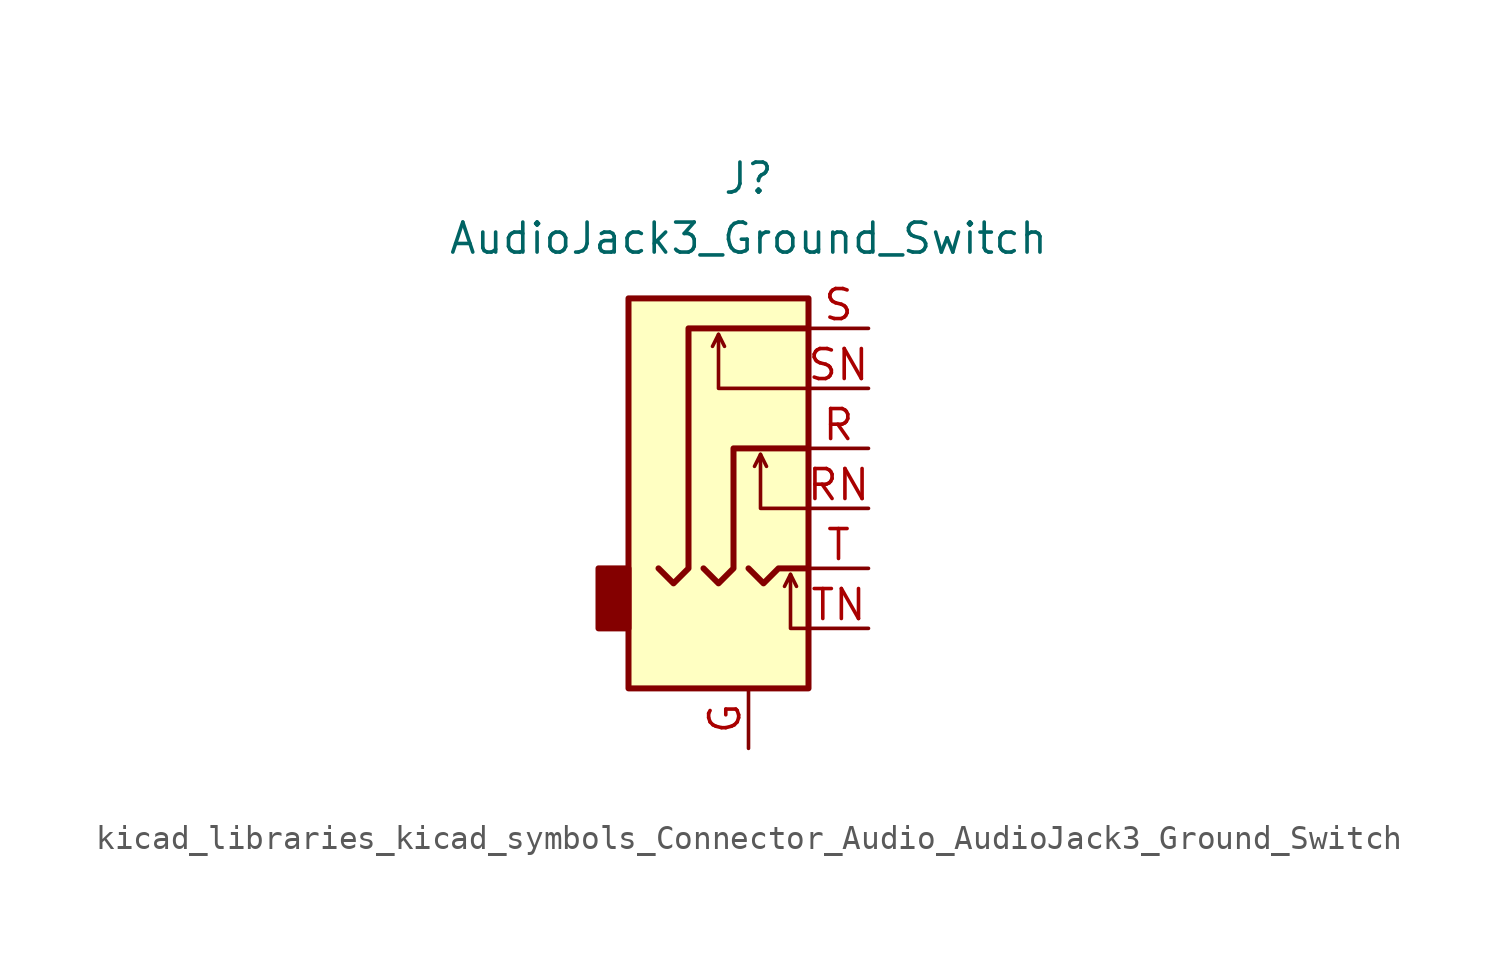
<source format=kicad_sym>
(kicad_symbol_lib
  (version 20220914)
  (generator kicad_symbol_editor)
  (symbol "kicad_libraries_kicad_symbols_Connector_Audio_AudioJack3_Ground_Switch"
    (property "Reference" "J"
      (at 0 11.43 0)
      (effects (font (size 1.27 1.27))))
    (property "Value" "AudioJack3_Ground_Switch"
      (at 0 8.89 0)
      (effects (font (size 1.27 1.27))))
    (symbol "kicad_libraries_kicad_symbols_Connector_Audio_AudioJack3_Ground_Switch_0_1"
      (rectangle (start -5.08 -5.08) (end -6.35 -7.62) (stroke (width 0.254) (type default)) (fill (type outline)))
      (rectangle (start 2.54 6.35) (end -5.08 -10.16) (stroke (width 0.254) (type default)) (fill (type background))))
    (symbol "kicad_libraries_kicad_symbols_Connector_Audio_AudioJack3_Ground_Switch_1_1"
      (polyline (pts (xy -1.27 4.826) (xy -1.016 4.318)) (stroke (width 0) (type default)) (fill (type none)))
      (polyline (pts (xy 0.508 -0.254) (xy 0.762 -0.762)) (stroke (width 0) (type default)) (fill (type none)))
      (polyline (pts (xy 1.778 -5.334) (xy 2.032 -5.842)) (stroke (width 0) (type default)) (fill (type none)))
      (polyline (pts (xy 0 -5.08) (xy 0.635 -5.715) (xy 1.27 -5.08) (xy 2.54 -5.08)) (stroke (width 0.254) (type default)) (fill (type none)))
      (polyline (pts (xy 2.54 -7.62) (xy 1.778 -7.62) (xy 1.778 -5.334) (xy 1.524 -5.842)) (stroke (width 0) (type default)) (fill (type none)))
      (polyline (pts (xy 2.54 -2.54) (xy 0.508 -2.54) (xy 0.508 -0.254) (xy 0.254 -0.762)) (stroke (width 0) (type default)) (fill (type none)))
      (polyline (pts (xy 2.54 2.54) (xy -1.27 2.54) (xy -1.27 4.826) (xy -1.524 4.318)) (stroke (width 0) (type default)) (fill (type none)))
      (polyline (pts (xy -1.905 -5.08) (xy -1.27 -5.715) (xy -0.635 -5.08) (xy -0.635 0) (xy 2.54 0)) (stroke (width 0.254) (type default)) (fill (type none)))
      (polyline (pts (xy 2.54 5.08) (xy -2.54 5.08) (xy -2.54 -5.08) (xy -3.175 -5.715) (xy -3.81 -5.08)) (stroke (width 0.254) (type default)) (fill (type none)))
      (pin passive line (at 0 -12.7 90) (length 2.54) (name "~" (effects (font (size 1.27 1.27)))) (number "G" (effects (font (size 1.27 1.27)))))
      (pin passive line (at 5.08 0 180) (length 2.54) (name "~" (effects (font (size 1.27 1.27)))) (number "R" (effects (font (size 1.27 1.27)))))
      (pin passive line (at 5.08 -2.54 180) (length 2.54) (name "~" (effects (font (size 1.27 1.27)))) (number "RN" (effects (font (size 1.27 1.27)))))
      (pin passive line (at 5.08 5.08 180) (length 2.54) (name "~" (effects (font (size 1.27 1.27)))) (number "S" (effects (font (size 1.27 1.27)))))
      (pin passive line (at 5.08 2.54 180) (length 2.54) (name "~" (effects (font (size 1.27 1.27)))) (number "SN" (effects (font (size 1.27 1.27)))))
      (pin passive line (at 5.08 -5.08 180) (length 2.54) (name "~" (effects (font (size 1.27 1.27)))) (number "T" (effects (font (size 1.27 1.27)))))
      (pin passive line (at 5.08 -7.62 180) (length 2.54) (name "~" (effects (font (size 1.27 1.27)))) (number "TN" (effects (font (size 1.27 1.27))))))))
</source>
